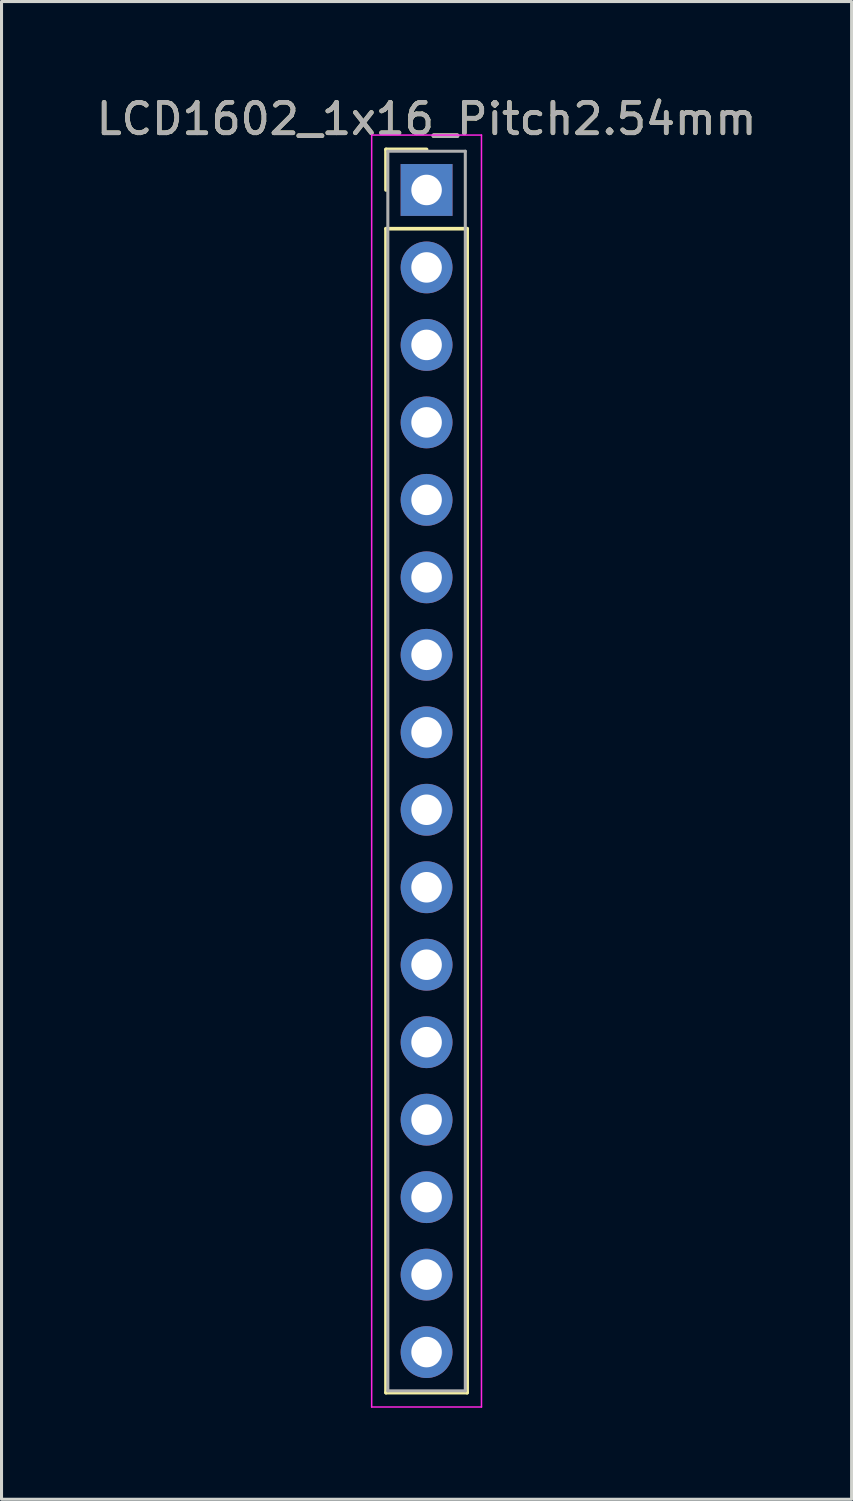
<source format=kicad_pcb>
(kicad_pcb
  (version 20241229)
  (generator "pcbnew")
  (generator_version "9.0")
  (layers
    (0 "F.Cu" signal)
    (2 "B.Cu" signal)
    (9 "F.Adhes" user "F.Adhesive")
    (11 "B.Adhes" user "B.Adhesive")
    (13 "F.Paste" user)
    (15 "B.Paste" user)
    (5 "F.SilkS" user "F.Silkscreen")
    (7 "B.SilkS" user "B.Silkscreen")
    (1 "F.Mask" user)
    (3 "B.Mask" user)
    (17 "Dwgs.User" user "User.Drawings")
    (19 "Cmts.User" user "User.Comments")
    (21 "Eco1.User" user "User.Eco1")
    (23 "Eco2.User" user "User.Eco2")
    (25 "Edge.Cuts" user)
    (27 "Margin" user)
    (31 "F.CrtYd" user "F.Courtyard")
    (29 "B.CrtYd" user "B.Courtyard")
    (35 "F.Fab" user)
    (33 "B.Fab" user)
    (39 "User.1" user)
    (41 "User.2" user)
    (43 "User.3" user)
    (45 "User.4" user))
  (footprint "LCD1602_1x16_Pitch2.54mm"
    (layer "F.Cu")
    (at 10.935 3.178)
    (property "Reference" "LCD1602_1x16_Pitch2.54mm" (at 0 -2.33 0) (layer "F.SilkS") (effects (font (size 1 1) (thickness 0.15))))
    (attr through_hole)
    (fp_line (start -1.33 -1.33) (end 0 -1.33) (stroke (width 0.12) (type solid)) (layer "F.SilkS"))
    (fp_line (start -1.33 0) (end -1.33 -1.33) (stroke (width 0.12) (type solid)) (layer "F.SilkS"))
    (fp_line (start -1.33 1.27) (end -1.33 39.43) (stroke (width 0.12) (type solid)) (layer "F.SilkS"))
    (fp_line (start -1.33 39.43) (end 1.33 39.43) (stroke (width 0.12) (type solid)) (layer "F.SilkS"))
    (fp_line (start 1.33 1.27) (end -1.33 1.27) (stroke (width 0.12) (type solid)) (layer "F.SilkS"))
    (fp_line (start 1.33 39.43) (end 1.33 1.27) (stroke (width 0.12) (type solid)) (layer "F.SilkS"))
    (fp_line (start -1.8 -1.8) (end -1.8 39.9) (stroke (width 0.05) (type solid)) (layer "F.CrtYd"))
    (fp_line (start -1.8 39.9) (end 1.8 39.9) (stroke (width 0.05) (type solid)) (layer "F.CrtYd"))
    (fp_line (start 1.8 -1.8) (end -1.8 -1.8) (stroke (width 0.05) (type solid)) (layer "F.CrtYd"))
    (fp_line (start 1.8 39.9) (end 1.8 -1.8) (stroke (width 0.05) (type solid)) (layer "F.CrtYd"))
    (fp_line (start -1.27 -1.27) (end -1.27 39.37) (stroke (width 0.1) (type solid)) (layer "F.Fab"))
    (fp_line (start -1.27 39.37) (end 1.27 39.37) (stroke (width 0.1) (type solid)) (layer "F.Fab"))
    (fp_line (start 1.27 -1.27) (end -1.27 -1.27) (stroke (width 0.1) (type solid)) (layer "F.Fab"))
    (fp_line (start 1.27 39.37) (end 1.27 -1.27) (stroke (width 0.1) (type solid)) (layer "F.Fab"))
    (fp_text user "${REFERENCE}" (at 0 -2.33 0) (layer "F.Fab") (effects (font (size 1 1) (thickness 0.15))))
    (pad "1" thru_hole rect (at 0 0) (size 1.7 1.7) (drill 1) (layers "*.Cu" "*.Mask"))
    (pad "2" thru_hole oval (at 0 2.54) (size 1.7 1.7) (drill 1) (layers "*.Cu" "*.Mask"))
    (pad "3" thru_hole oval (at 0 5.08) (size 1.7 1.7) (drill 1) (layers "*.Cu" "*.Mask"))
    (pad "4" thru_hole oval (at 0 7.62) (size 1.7 1.7) (drill 1) (layers "*.Cu" "*.Mask"))
    (pad "5" thru_hole oval (at 0 10.16) (size 1.7 1.7) (drill 1) (layers "*.Cu" "*.Mask"))
    (pad "6" thru_hole oval (at 0 12.7) (size 1.7 1.7) (drill 1) (layers "*.Cu" "*.Mask"))
    (pad "7" thru_hole circle (at 0 15.24) (size 1.7 1.7) (drill 1) (layers "*.Cu" "*.Mask"))
    (pad "8" thru_hole oval (at 0 17.78) (size 1.7 1.7) (drill 1) (layers "*.Cu" "*.Mask"))
    (pad "9" thru_hole oval (at 0 20.32) (size 1.7 1.7) (drill 1) (layers "*.Cu" "*.Mask"))
    (pad "10" thru_hole oval (at 0 22.86) (size 1.7 1.7) (drill 1) (layers "*.Cu" "*.Mask"))
    (pad "11" thru_hole oval (at 0 25.4) (size 1.7 1.7) (drill 1) (layers "*.Cu" "*.Mask"))
    (pad "12" thru_hole oval (at 0 27.94) (size 1.7 1.7) (drill 1) (layers "*.Cu" "*.Mask"))
    (pad "13" thru_hole oval (at 0 30.48) (size 1.7 1.7) (drill 1) (layers "*.Cu" "*.Mask"))
    (pad "14" thru_hole oval (at 0 33.02) (size 1.7 1.7) (drill 1) (layers "*.Cu" "*.Mask"))
    (pad "15" thru_hole oval (at 0 35.56) (size 1.7 1.7) (drill 1) (layers "*.Cu" "*.Mask"))
    (pad "16" thru_hole oval (at 0 38.1) (size 1.7 1.7) (drill 1) (layers "*.Cu" "*.Mask")))
  (gr_rect
    (start -3 -3)
    (end 24.869 46.103)
    (stroke (width 0.1) (type default))
    (fill no)
    (layer "Edge.Cuts")))
</source>
